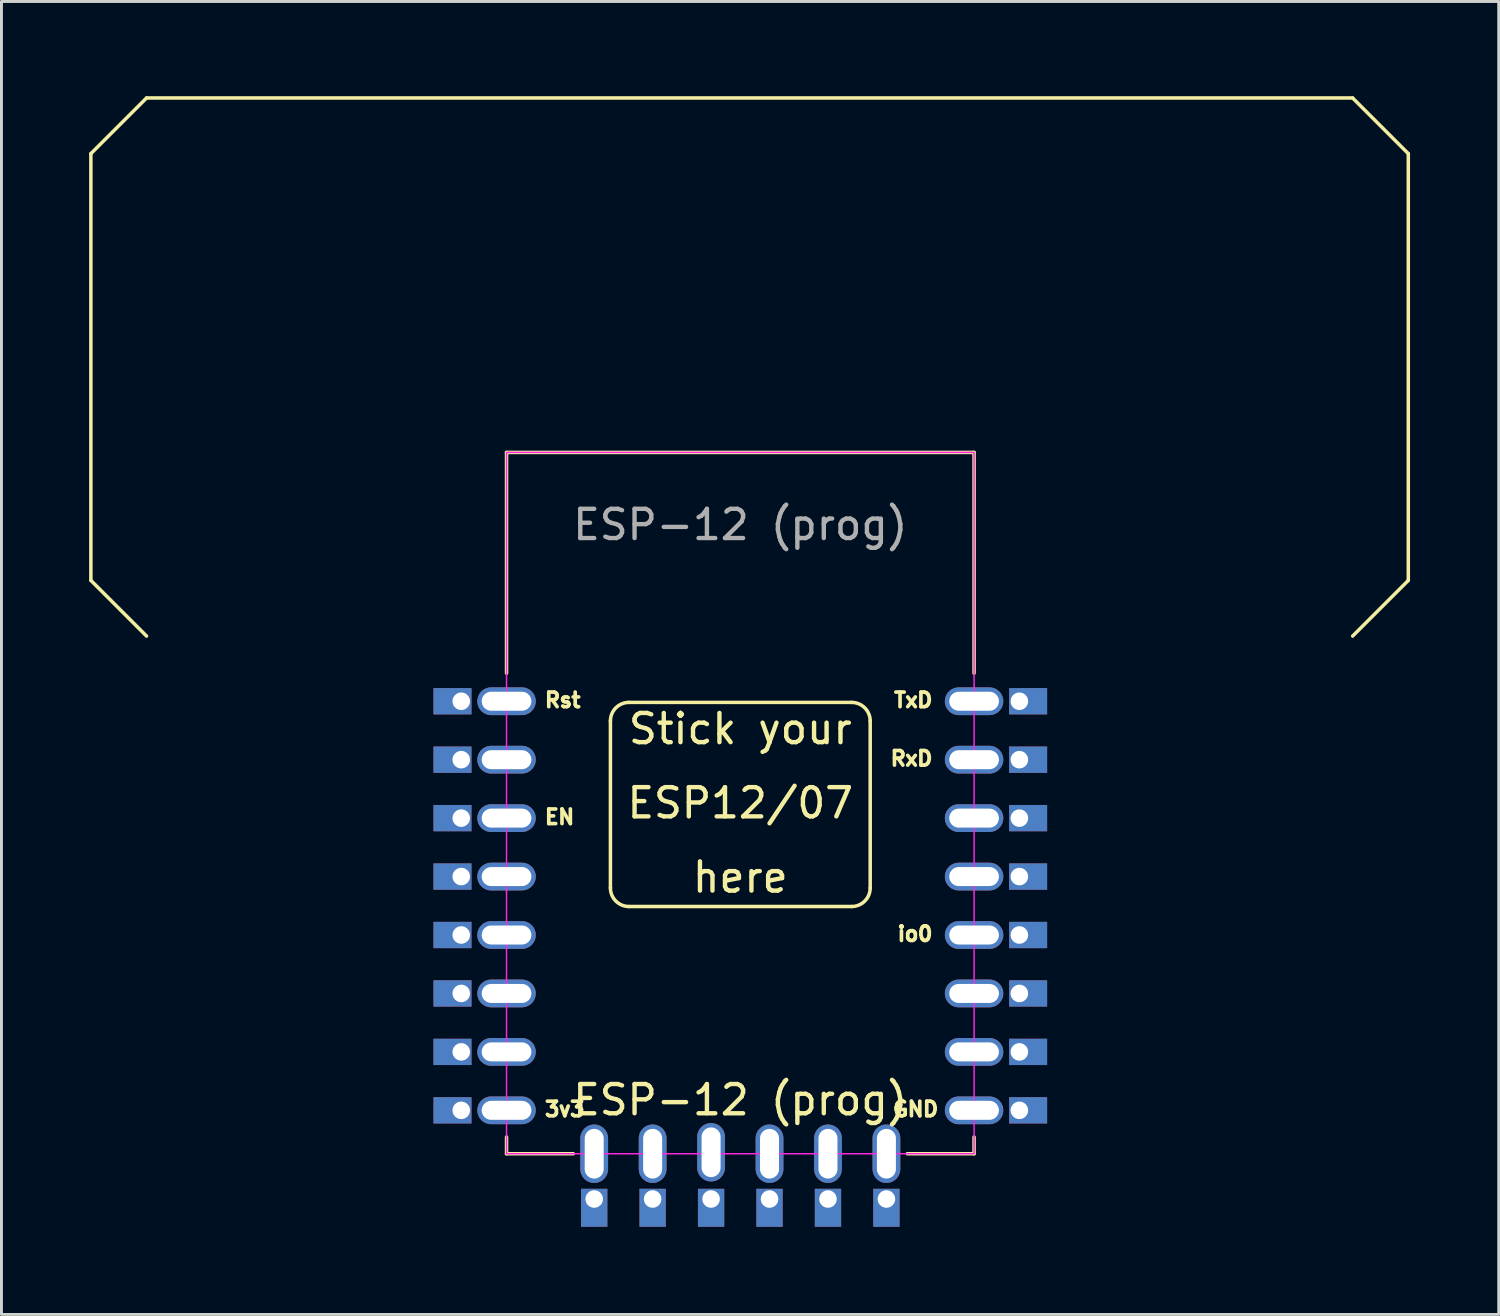
<source format=kicad_pcb>
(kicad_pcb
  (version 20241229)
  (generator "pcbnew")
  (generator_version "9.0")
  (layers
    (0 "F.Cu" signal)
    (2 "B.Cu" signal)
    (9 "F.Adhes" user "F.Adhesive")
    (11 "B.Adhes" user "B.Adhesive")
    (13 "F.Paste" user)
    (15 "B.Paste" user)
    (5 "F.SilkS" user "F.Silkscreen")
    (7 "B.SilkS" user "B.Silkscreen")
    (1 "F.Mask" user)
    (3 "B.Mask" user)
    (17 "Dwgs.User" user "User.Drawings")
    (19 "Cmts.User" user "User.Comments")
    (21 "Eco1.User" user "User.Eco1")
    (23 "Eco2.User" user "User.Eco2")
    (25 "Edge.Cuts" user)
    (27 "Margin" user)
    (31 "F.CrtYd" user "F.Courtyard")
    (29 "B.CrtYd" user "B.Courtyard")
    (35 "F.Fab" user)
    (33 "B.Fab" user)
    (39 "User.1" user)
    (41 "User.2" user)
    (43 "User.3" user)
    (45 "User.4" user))
  (footprint "ESP-12 (prog)"
    (layer "F.Cu")
    (at 22.285 24.433)
    (property "Reference" "ESP-12 (prog)" (at 0 10.16 0) (unlocked yes) (layer "F.SilkS") (effects (font (size 1 1) (thickness 0.15))))
    (attr through_hole)
    (fp_line (start -22.225 -22.225) (end -20.32 -24.13) (stroke (width 0.12) (type solid)) (layer "F.SilkS"))
    (fp_line (start -22.225 -7.62) (end -22.225 -22.225) (stroke (width 0.12) (type solid)) (layer "F.SilkS"))
    (fp_line (start -20.32 -24.13) (end 20.955 -24.13) (stroke (width 0.12) (type solid)) (layer "F.SilkS"))
    (fp_line (start -20.32 -5.715) (end -22.225 -7.62) (stroke (width 0.12) (type solid)) (layer "F.SilkS"))
    (fp_line (start -8 -12) (end -8 -4.445) (stroke (width 0.12) (type solid)) (layer "F.SilkS"))
    (fp_line (start -8 11.43) (end -8 12) (stroke (width 0.12) (type solid)) (layer "F.SilkS"))
    (fp_line (start -8 12) (end -5.715 12) (stroke (width 0.12) (type solid)) (layer "F.SilkS"))
    (fp_line (start -4.445 -2.81) (end -4.445 2.905) (stroke (width 0.12) (type solid)) (layer "F.SilkS"))
    (fp_line (start -3.81 -3.445) (end 3.81 -3.445) (stroke (width 0.12) (type solid)) (layer "F.SilkS"))
    (fp_line (start 3.81 3.54) (end -3.81 3.54) (stroke (width 0.12) (type solid)) (layer "F.SilkS"))
    (fp_line (start 4.445 -2.81) (end 4.445 2.905) (stroke (width 0.12) (type solid)) (layer "F.SilkS"))
    (fp_line (start 8 -12) (end -8 -12) (stroke (width 0.12) (type solid)) (layer "F.SilkS"))
    (fp_line (start 8 -4.445) (end 8 -12) (stroke (width 0.12) (type solid)) (layer "F.SilkS"))
    (fp_line (start 8 11.43) (end 8 12) (stroke (width 0.12) (type solid)) (layer "F.SilkS"))
    (fp_line (start 8 12) (end 5.715 12) (stroke (width 0.12) (type solid)) (layer "F.SilkS"))
    (fp_line (start 20.955 -24.13) (end 22.86 -22.225) (stroke (width 0.12) (type solid)) (layer "F.SilkS"))
    (fp_line (start 22.86 -22.225) (end 22.86 -7.62) (stroke (width 0.12) (type solid)) (layer "F.SilkS"))
    (fp_line (start 22.86 -7.62) (end 20.955 -5.715) (stroke (width 0.12) (type solid)) (layer "F.SilkS"))
    (fp_arc (start -4.445 -2.810001) (mid -4.259013 -3.259014) (end -3.81 -3.445001) (stroke (width 0.12) (type solid)) (layer "F.SilkS"))
    (fp_arc (start -3.81 3.54) (mid -4.259014 3.354013) (end -4.445 2.905) (stroke (width 0.12) (type solid)) (layer "F.SilkS"))
    (fp_arc (start 3.81 -3.445) (mid 4.259011 -3.259012) (end 4.445 -2.81) (stroke (width 0.12) (type solid)) (layer "F.SilkS"))
    (fp_arc (start 4.445 2.905001) (mid 4.259012 3.354012) (end 3.81 3.540001) (stroke (width 0.12) (type solid)) (layer "F.SilkS"))
    (fp_rect (start -8 -12) (end 8 12) (stroke (width 0.05) (type solid)) (fill no) (layer "F.CrtYd"))
    (fp_text user "ESP12/07" (at 0 0 0) (unlocked yes) (layer "F.SilkS") (effects (font (size 1 1) (thickness 0.15))))
    (fp_text user "GND" (at 6.844 10.476 0) (layer "F.SilkS") (effects (font (size 0.5 0.5) (thickness 0.125)) (justify right)))
    (fp_text user "Stick your" (at 0 -2.54 0) (unlocked yes) (layer "F.SilkS") (effects (font (size 1 1) (thickness 0.15))))
    (fp_text user "Rst" (at -6.756 -3.524 0) (layer "F.SilkS") (effects (font (size 0.5 0.5) (thickness 0.125)) (justify left)))
    (fp_text user "EN" (at -6.756 0.476 0) (layer "F.SilkS") (effects (font (size 0.5 0.5) (thickness 0.125)) (justify left)))
    (fp_text user "io0" (at 6.644 4.476 0) (layer "F.SilkS") (effects (font (size 0.5 0.5) (thickness 0.125)) (justify right)))
    (fp_text user "3v3" (at -6.756 10.476 0) (layer "F.SilkS") (effects (font (size 0.5 0.5) (thickness 0.125)) (justify left)))
    (fp_text user "here" (at 0 2.54 0) (unlocked yes) (layer "F.SilkS") (effects (font (size 1 1) (thickness 0.15))))
    (fp_text user "RxD" (at 6.644 -1.524 0) (layer "F.SilkS") (effects (font (size 0.5 0.5) (thickness 0.125)) (justify right)))
    (fp_text user "TxD" (at 6.644 -3.524 0) (layer "F.SilkS") (effects (font (size 0.5 0.5) (thickness 0.125)) (justify right)))
    (fp_text user "${REFERENCE}" (at 0 -9.525 0) (unlocked yes) (layer "F.Fab") (effects (font (size 1 1) (thickness 0.15))))
    (pad "1" thru_hole rect (at -9.55 -3.485) (size 1.3 0.9) (drill 0.6 (offset -0.3 0)) (layers "*.Cu" "*.Mask"))
    (pad "1" thru_hole oval (at -8 -3.485) (size 2 0.95) (drill oval 1.7 0.65) (layers "*.Cu" "*.Mask"))
    (pad "2" thru_hole rect (at -9.55 -1.485) (size 1.3 0.9) (drill 0.6 (offset -0.3 0)) (layers "*.Cu" "*.Mask"))
    (pad "2" thru_hole oval (at -8 -1.485) (size 2 0.95) (drill oval 1.7 0.65) (layers "*.Cu" "*.Mask"))
    (pad "3" thru_hole rect (at -9.55 0.515) (size 1.3 0.9) (drill 0.6 (offset -0.3 0)) (layers "*.Cu" "*.Mask"))
    (pad "3" thru_hole oval (at -8 0.515) (size 2 0.95) (drill oval 1.7 0.65) (layers "*.Cu" "*.Mask"))
    (pad "4" thru_hole rect (at -9.55 2.515) (size 1.3 0.9) (drill 0.6 (offset -0.3 0)) (layers "*.Cu" "*.Mask"))
    (pad "4" thru_hole oval (at -8 2.515) (size 2 0.95) (drill oval 1.7 0.65) (layers "*.Cu" "*.Mask"))
    (pad "5" thru_hole rect (at -9.55 4.515) (size 1.3 0.9) (drill 0.6 (offset -0.3 0)) (layers "*.Cu" "*.Mask"))
    (pad "5" thru_hole oval (at -8 4.515) (size 2 0.95) (drill oval 1.7 0.65) (layers "*.Cu" "*.Mask"))
    (pad "6" thru_hole rect (at -9.55 6.515) (size 1.3 0.9) (drill 0.6 (offset -0.3 0)) (layers "*.Cu" "*.Mask"))
    (pad "6" thru_hole oval (at -8 6.515) (size 2 0.95) (drill oval 1.7 0.65) (layers "*.Cu" "*.Mask"))
    (pad "7" thru_hole rect (at -9.55 8.515) (size 1.3 0.9) (drill 0.6 (offset -0.3 0)) (layers "*.Cu" "*.Mask"))
    (pad "7" thru_hole oval (at -8 8.515) (size 2 0.95) (drill oval 1.7 0.65) (layers "*.Cu" "*.Mask"))
    (pad "8" thru_hole rect (at -9.55 10.515) (size 1.3 0.9) (drill 0.6 (offset -0.3 0)) (layers "*.Cu" "*.Mask"))
    (pad "8" thru_hole oval (at -8 10.515) (size 2 0.95) (drill oval 1.7 0.65) (layers "*.Cu" "*.Mask"))
    (pad "9" thru_hole oval (at -5 12 90) (size 2 0.95) (drill oval 1.7 0.65) (layers "*.Cu" "*.Mask"))
    (pad "9" thru_hole rect (at -5 13.55 90) (size 1.3 0.9) (drill 0.6 (offset -0.3 0)) (layers "*.Cu" "*.Mask"))
    (pad "10" thru_hole oval (at -3 12 90) (size 2 0.95) (drill oval 1.7 0.65) (layers "*.Cu" "*.Mask"))
    (pad "10" thru_hole rect (at -3 13.55 90) (size 1.3 0.9) (drill 0.6 (offset -0.3 0)) (layers "*.Cu" "*.Mask"))
    (pad "11" thru_hole oval (at -1 11.95 90) (size 2 0.95) (drill oval 1.7 0.65) (layers "*.Cu" "*.Mask"))
    (pad "11" thru_hole rect (at -1 13.55 90) (size 1.3 0.9) (drill 0.6 (offset -0.3 0)) (layers "*.Cu" "*.Mask"))
    (pad "12" thru_hole oval (at 1 12 90) (size 2 0.95) (drill oval 1.7 0.65) (layers "*.Cu" "*.Mask"))
    (pad "12" thru_hole rect (at 1 13.55 90) (size 1.3 0.9) (drill 0.6 (offset -0.3 0)) (layers "*.Cu" "*.Mask"))
    (pad "13" thru_hole oval (at 3 12 90) (size 2 0.95) (drill oval 1.7 0.65) (layers "*.Cu" "*.Mask"))
    (pad "13" thru_hole rect (at 3 13.55 90) (size 1.3 0.9) (drill 0.6 (offset -0.3 0)) (layers "*.Cu" "*.Mask"))
    (pad "14" thru_hole oval (at 5 12 90) (size 2 0.95) (drill oval 1.7 0.65) (layers "*.Cu" "*.Mask"))
    (pad "14" thru_hole rect (at 5 13.55 90) (size 1.3 0.9) (drill 0.6 (offset -0.3 0)) (layers "*.Cu" "*.Mask"))
    (pad "15" thru_hole oval (at 8 10.515 180) (size 2 0.95) (drill oval 1.7 0.65) (layers "*.Cu" "*.Mask"))
    (pad "15" thru_hole rect (at 9.55 10.515 180) (size 1.3 0.9) (drill 0.6 (offset -0.3 0)) (layers "*.Cu" "*.Mask"))
    (pad "16" thru_hole oval (at 8 8.515 180) (size 2 0.95) (drill oval 1.7 0.65) (layers "*.Cu" "*.Mask"))
    (pad "16" thru_hole rect (at 9.55 8.515 180) (size 1.3 0.9) (drill 0.6 (offset -0.3 0)) (layers "*.Cu" "*.Mask"))
    (pad "17" thru_hole oval (at 8 6.515 180) (size 2 0.95) (drill oval 1.7 0.65) (layers "*.Cu" "*.Mask"))
    (pad "17" thru_hole rect (at 9.55 6.515 180) (size 1.3 0.9) (drill 0.6 (offset -0.3 0)) (layers "*.Cu" "*.Mask"))
    (pad "18" thru_hole oval (at 8 4.515 180) (size 2 0.95) (drill oval 1.7 0.65) (layers "*.Cu" "*.Mask"))
    (pad "18" thru_hole rect (at 9.55 4.515 180) (size 1.3 0.9) (drill 0.6 (offset -0.3 0)) (layers "*.Cu" "*.Mask"))
    (pad "19" thru_hole oval (at 8 2.515 180) (size 2 0.95) (drill oval 1.7 0.65) (layers "*.Cu" "*.Mask"))
    (pad "19" thru_hole rect (at 9.55 2.515 180) (size 1.3 0.9) (drill 0.6 (offset -0.3 0)) (layers "*.Cu" "*.Mask"))
    (pad "20" thru_hole oval (at 8 0.515 180) (size 2 0.95) (drill oval 1.7 0.65) (layers "*.Cu" "*.Mask"))
    (pad "20" thru_hole rect (at 9.55 0.515 180) (size 1.3 0.9) (drill 0.6 (offset -0.3 0)) (layers "*.Cu" "*.Mask"))
    (pad "21" thru_hole oval (at 8 -1.485 180) (size 2 0.95) (drill oval 1.7 0.65) (layers "*.Cu" "*.Mask"))
    (pad "21" thru_hole rect (at 9.55 -1.485 180) (size 1.3 0.9) (drill 0.6 (offset -0.3 0)) (layers "*.Cu" "*.Mask"))
    (pad "22" thru_hole oval (at 8 -3.485 180) (size 2 0.95) (drill oval 1.7 0.65) (layers "*.Cu" "*.Mask"))
    (pad "22" thru_hole rect (at 9.55 -3.485 180) (size 1.3 0.9) (drill 0.6 (offset -0.3 0)) (layers "*.Cu" "*.Mask"))
    (zone (net_name "") (layers "F.Cu" "B.Cu") (name "Antenna") (hatch full 0.508) (connect_pads) (min_thickness 0.254) (filled_areas_thickness no) (keepout (tracks not_allowed) (vias not_allowed) (pads not_allowed) (copperpour not_allowed) (footprints allowed)) (placement (enabled no)) (fill) (polygon (pts (xy 45.24 19.05) (xy 0.155 19.05) (xy 0.155 0) (xy 45.24 0)))))
  (gr_rect
    (start -3 -3)
    (end 48.24 41.933)
    (stroke (width 0.1) (type default))
    (fill no)
    (layer "Edge.Cuts")))
</source>
